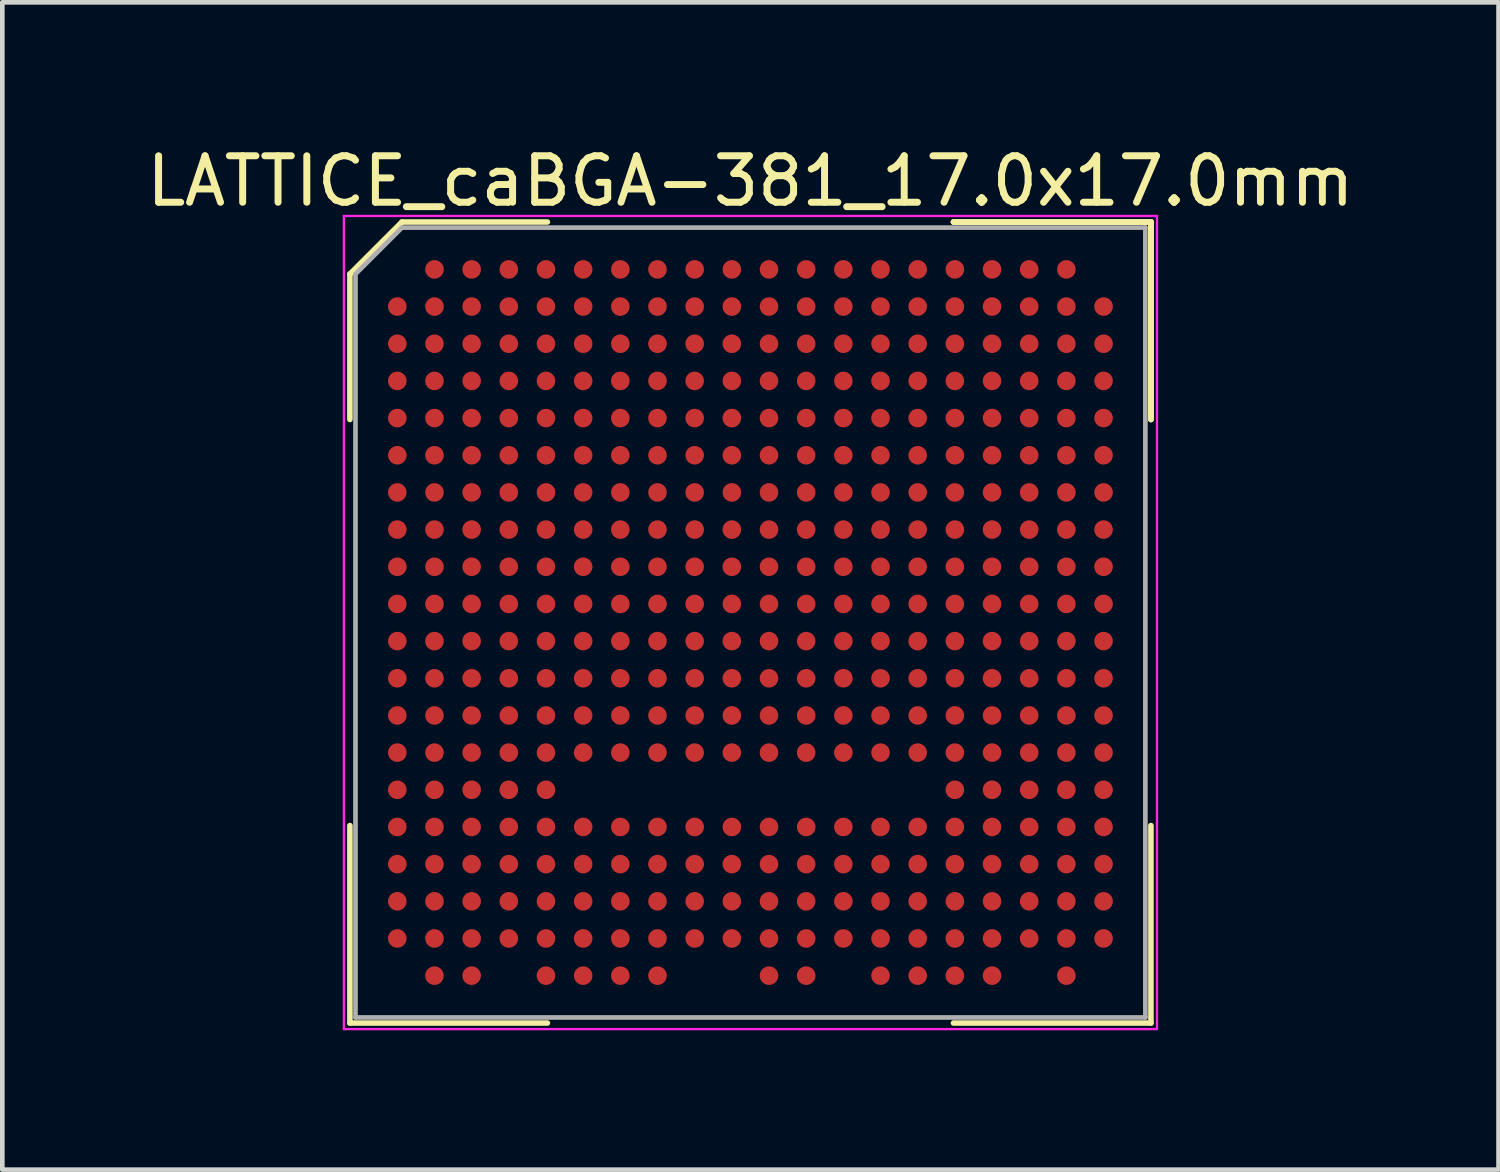
<source format=kicad_pcb>
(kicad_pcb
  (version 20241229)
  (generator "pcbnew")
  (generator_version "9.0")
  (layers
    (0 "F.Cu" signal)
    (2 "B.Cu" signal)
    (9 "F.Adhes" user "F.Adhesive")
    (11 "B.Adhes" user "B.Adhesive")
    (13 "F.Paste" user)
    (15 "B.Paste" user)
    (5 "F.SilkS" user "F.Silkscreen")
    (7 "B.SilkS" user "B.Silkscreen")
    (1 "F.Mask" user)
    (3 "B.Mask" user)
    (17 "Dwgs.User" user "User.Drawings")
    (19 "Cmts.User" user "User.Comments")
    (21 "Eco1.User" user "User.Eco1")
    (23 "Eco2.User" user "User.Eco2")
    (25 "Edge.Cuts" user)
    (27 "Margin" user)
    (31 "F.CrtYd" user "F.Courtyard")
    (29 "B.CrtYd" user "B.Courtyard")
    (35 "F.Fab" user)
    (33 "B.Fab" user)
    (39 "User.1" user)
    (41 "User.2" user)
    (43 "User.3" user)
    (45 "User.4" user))
  (footprint "LATTICE_caBGA-381_17.0x17.0mm"
    (layer "F.Cu")
    (at 13.101 10.348)
    (property "Reference" "LATTICE_caBGA-381_17.0x17.0mm" (at 0 -9.5 0) (layer "F.SilkS") (effects (font (size 1 1) (thickness 0.15))))
    (attr smd)
    (fp_line (start -8.62 -7.5) (end -8.62 -4.37) (stroke (width 0.12) (type solid)) (layer "F.SilkS"))
    (fp_line (start -8.62 8.62) (end -8.62 4.37) (stroke (width 0.12) (type solid)) (layer "F.SilkS"))
    (fp_line (start -7.5 -8.62) (end -8.62 -7.5) (stroke (width 0.12) (type solid)) (layer "F.SilkS"))
    (fp_line (start -4.37 -8.62) (end -7.5 -8.62) (stroke (width 0.12) (type solid)) (layer "F.SilkS"))
    (fp_line (start -4.37 8.62) (end -8.62 8.62) (stroke (width 0.12) (type solid)) (layer "F.SilkS"))
    (fp_line (start 4.37 -8.62) (end 8.62 -8.62) (stroke (width 0.12) (type solid)) (layer "F.SilkS"))
    (fp_line (start 4.37 -8.62) (end 8.62 -8.62) (stroke (width 0.12) (type solid)) (layer "F.SilkS"))
    (fp_line (start 4.37 -8.62) (end 8.62 -8.62) (stroke (width 0.12) (type solid)) (layer "F.SilkS"))
    (fp_line (start 4.37 8.62) (end 8.62 8.62) (stroke (width 0.12) (type solid)) (layer "F.SilkS"))
    (fp_line (start 8.62 -8.62) (end 8.62 -4.37) (stroke (width 0.12) (type solid)) (layer "F.SilkS"))
    (fp_line (start 8.62 -8.62) (end 8.62 -4.37) (stroke (width 0.12) (type solid)) (layer "F.SilkS"))
    (fp_line (start 8.62 -8.62) (end 8.62 -4.37) (stroke (width 0.12) (type solid)) (layer "F.SilkS"))
    (fp_line (start 8.62 8.62) (end 8.62 4.37) (stroke (width 0.12) (type solid)) (layer "F.SilkS"))
    (fp_line (start -8.75 -8.75) (end 8.75 -8.75) (stroke (width 0.05) (type solid)) (layer "F.CrtYd"))
    (fp_line (start -8.75 8.75) (end -8.75 -8.75) (stroke (width 0.05) (type solid)) (layer "F.CrtYd"))
    (fp_line (start 8.75 -8.75) (end 8.75 8.75) (stroke (width 0.05) (type solid)) (layer "F.CrtYd"))
    (fp_line (start 8.75 8.75) (end -8.75 8.75) (stroke (width 0.05) (type solid)) (layer "F.CrtYd"))
    (fp_line (start -8.5 -7.5) (end -8.5 8.5) (stroke (width 0.1) (type solid)) (layer "F.Fab"))
    (fp_line (start -8.5 8.5) (end 8.5 8.5) (stroke (width 0.1) (type solid)) (layer "F.Fab"))
    (fp_line (start -7.5 -8.5) (end -8.5 -7.5) (stroke (width 0.1) (type solid)) (layer "F.Fab"))
    (fp_line (start 8.5 -8.5) (end -7.5 -8.5) (stroke (width 0.1) (type solid)) (layer "F.Fab"))
    (fp_line (start 8.5 8.5) (end 8.5 -8.5) (stroke (width 0.1) (type solid)) (layer "F.Fab"))
    (pad "A2" smd circle (at -6.8 -7.6) (size 0.4 0.4) (layers "F.Cu" "F.Mask" "F.Paste"))
    (pad "A3" smd circle (at -6 -7.6) (size 0.4 0.4) (layers "F.Cu" "F.Mask" "F.Paste"))
    (pad "A4" smd circle (at -5.2 -7.6) (size 0.4 0.4) (layers "F.Cu" "F.Mask" "F.Paste"))
    (pad "A5" smd circle (at -4.4 -7.6) (size 0.4 0.4) (layers "F.Cu" "F.Mask" "F.Paste"))
    (pad "A6" smd circle (at -3.6 -7.6) (size 0.4 0.4) (layers "F.Cu" "F.Mask" "F.Paste"))
    (pad "A7" smd circle (at -2.8 -7.6) (size 0.4 0.4) (layers "F.Cu" "F.Mask" "F.Paste"))
    (pad "A8" smd circle (at -2 -7.6) (size 0.4 0.4) (layers "F.Cu" "F.Mask" "F.Paste"))
    (pad "A9" smd circle (at -1.2 -7.6) (size 0.4 0.4) (layers "F.Cu" "F.Mask" "F.Paste"))
    (pad "A10" smd circle (at -0.4 -7.6) (size 0.4 0.4) (layers "F.Cu" "F.Mask" "F.Paste"))
    (pad "A11" smd circle (at 0.4 -7.6) (size 0.4 0.4) (layers "F.Cu" "F.Mask" "F.Paste"))
    (pad "A12" smd circle (at 1.2 -7.6) (size 0.4 0.4) (layers "F.Cu" "F.Mask" "F.Paste"))
    (pad "A13" smd circle (at 2 -7.6) (size 0.4 0.4) (layers "F.Cu" "F.Mask" "F.Paste"))
    (pad "A14" smd circle (at 2.8 -7.6) (size 0.4 0.4) (layers "F.Cu" "F.Mask" "F.Paste"))
    (pad "A15" smd circle (at 3.6 -7.6) (size 0.4 0.4) (layers "F.Cu" "F.Mask" "F.Paste"))
    (pad "A16" smd circle (at 4.4 -7.6) (size 0.4 0.4) (layers "F.Cu" "F.Mask" "F.Paste"))
    (pad "A17" smd circle (at 5.2 -7.6) (size 0.4 0.4) (layers "F.Cu" "F.Mask" "F.Paste"))
    (pad "A18" smd circle (at 6 -7.6) (size 0.4 0.4) (layers "F.Cu" "F.Mask" "F.Paste"))
    (pad "A19" smd circle (at 6.8 -7.6) (size 0.4 0.4) (layers "F.Cu" "F.Mask" "F.Paste"))
    (pad "B1" smd circle (at -7.6 -6.8) (size 0.4 0.4) (layers "F.Cu" "F.Mask" "F.Paste"))
    (pad "B2" smd circle (at -6.8 -6.8) (size 0.4 0.4) (layers "F.Cu" "F.Mask" "F.Paste"))
    (pad "B3" smd circle (at -6 -6.8) (size 0.4 0.4) (layers "F.Cu" "F.Mask" "F.Paste"))
    (pad "B4" smd circle (at -5.2 -6.8) (size 0.4 0.4) (layers "F.Cu" "F.Mask" "F.Paste"))
    (pad "B5" smd circle (at -4.4 -6.8) (size 0.4 0.4) (layers "F.Cu" "F.Mask" "F.Paste"))
    (pad "B6" smd circle (at -3.6 -6.8) (size 0.4 0.4) (layers "F.Cu" "F.Mask" "F.Paste"))
    (pad "B7" smd circle (at -2.8 -6.8) (size 0.4 0.4) (layers "F.Cu" "F.Mask" "F.Paste"))
    (pad "B8" smd circle (at -2 -6.8) (size 0.4 0.4) (layers "F.Cu" "F.Mask" "F.Paste"))
    (pad "B9" smd circle (at -1.2 -6.8) (size 0.4 0.4) (layers "F.Cu" "F.Mask" "F.Paste"))
    (pad "B10" smd circle (at -0.4 -6.8) (size 0.4 0.4) (layers "F.Cu" "F.Mask" "F.Paste"))
    (pad "B11" smd circle (at 0.4 -6.8) (size 0.4 0.4) (layers "F.Cu" "F.Mask" "F.Paste"))
    (pad "B12" smd circle (at 1.2 -6.8) (size 0.4 0.4) (layers "F.Cu" "F.Mask" "F.Paste"))
    (pad "B13" smd circle (at 2 -6.8) (size 0.4 0.4) (layers "F.Cu" "F.Mask" "F.Paste"))
    (pad "B14" smd circle (at 2.8 -6.8) (size 0.4 0.4) (layers "F.Cu" "F.Mask" "F.Paste"))
    (pad "B15" smd circle (at 3.6 -6.8) (size 0.4 0.4) (layers "F.Cu" "F.Mask" "F.Paste"))
    (pad "B16" smd circle (at 4.4 -6.8) (size 0.4 0.4) (layers "F.Cu" "F.Mask" "F.Paste"))
    (pad "B17" smd circle (at 5.2 -6.8) (size 0.4 0.4) (layers "F.Cu" "F.Mask" "F.Paste"))
    (pad "B18" smd circle (at 6 -6.8) (size 0.4 0.4) (layers "F.Cu" "F.Mask" "F.Paste"))
    (pad "B19" smd circle (at 6.8 -6.8) (size 0.4 0.4) (layers "F.Cu" "F.Mask" "F.Paste"))
    (pad "B20" smd circle (at 7.6 -6.8) (size 0.4 0.4) (layers "F.Cu" "F.Mask" "F.Paste"))
    (pad "C1" smd circle (at -7.6 -6) (size 0.4 0.4) (layers "F.Cu" "F.Mask" "F.Paste"))
    (pad "C2" smd circle (at -6.8 -6) (size 0.4 0.4) (layers "F.Cu" "F.Mask" "F.Paste"))
    (pad "C3" smd circle (at -6 -6) (size 0.4 0.4) (layers "F.Cu" "F.Mask" "F.Paste"))
    (pad "C4" smd circle (at -5.2 -6) (size 0.4 0.4) (layers "F.Cu" "F.Mask" "F.Paste"))
    (pad "C5" smd circle (at -4.4 -6) (size 0.4 0.4) (layers "F.Cu" "F.Mask" "F.Paste"))
    (pad "C6" smd circle (at -3.6 -6) (size 0.4 0.4) (layers "F.Cu" "F.Mask" "F.Paste"))
    (pad "C7" smd circle (at -2.8 -6) (size 0.4 0.4) (layers "F.Cu" "F.Mask" "F.Paste"))
    (pad "C8" smd circle (at -2 -6) (size 0.4 0.4) (layers "F.Cu" "F.Mask" "F.Paste"))
    (pad "C9" smd circle (at -1.2 -6) (size 0.4 0.4) (layers "F.Cu" "F.Mask" "F.Paste"))
    (pad "C10" smd circle (at -0.4 -6) (size 0.4 0.4) (layers "F.Cu" "F.Mask" "F.Paste"))
    (pad "C11" smd circle (at 0.4 -6) (size 0.4 0.4) (layers "F.Cu" "F.Mask" "F.Paste"))
    (pad "C12" smd circle (at 1.2 -6) (size 0.4 0.4) (layers "F.Cu" "F.Mask" "F.Paste"))
    (pad "C13" smd circle (at 2 -6) (size 0.4 0.4) (layers "F.Cu" "F.Mask" "F.Paste"))
    (pad "C14" smd circle (at 2.8 -6) (size 0.4 0.4) (layers "F.Cu" "F.Mask" "F.Paste"))
    (pad "C15" smd circle (at 3.6 -6) (size 0.4 0.4) (layers "F.Cu" "F.Mask" "F.Paste"))
    (pad "C16" smd circle (at 4.4 -6) (size 0.4 0.4) (layers "F.Cu" "F.Mask" "F.Paste"))
    (pad "C17" smd circle (at 5.2 -6) (size 0.4 0.4) (layers "F.Cu" "F.Mask" "F.Paste"))
    (pad "C18" smd circle (at 6 -6) (size 0.4 0.4) (layers "F.Cu" "F.Mask" "F.Paste"))
    (pad "C19" smd circle (at 6.8 -6) (size 0.4 0.4) (layers "F.Cu" "F.Mask" "F.Paste"))
    (pad "C20" smd circle (at 7.6 -6) (size 0.4 0.4) (layers "F.Cu" "F.Mask" "F.Paste"))
    (pad "D1" smd circle (at -7.6 -5.2) (size 0.4 0.4) (layers "F.Cu" "F.Mask" "F.Paste"))
    (pad "D2" smd circle (at -6.8 -5.2) (size 0.4 0.4) (layers "F.Cu" "F.Mask" "F.Paste"))
    (pad "D3" smd circle (at -6 -5.2) (size 0.4 0.4) (layers "F.Cu" "F.Mask" "F.Paste"))
    (pad "D4" smd circle (at -5.2 -5.2) (size 0.4 0.4) (layers "F.Cu" "F.Mask" "F.Paste"))
    (pad "D5" smd circle (at -4.4 -5.2) (size 0.4 0.4) (layers "F.Cu" "F.Mask" "F.Paste"))
    (pad "D6" smd circle (at -3.6 -5.2) (size 0.4 0.4) (layers "F.Cu" "F.Mask" "F.Paste"))
    (pad "D7" smd circle (at -2.8 -5.2) (size 0.4 0.4) (layers "F.Cu" "F.Mask" "F.Paste"))
    (pad "D8" smd circle (at -2 -5.2) (size 0.4 0.4) (layers "F.Cu" "F.Mask" "F.Paste"))
    (pad "D9" smd circle (at -1.2 -5.2) (size 0.4 0.4) (layers "F.Cu" "F.Mask" "F.Paste"))
    (pad "D10" smd circle (at -0.4 -5.2) (size 0.4 0.4) (layers "F.Cu" "F.Mask" "F.Paste"))
    (pad "D11" smd circle (at 0.4 -5.2) (size 0.4 0.4) (layers "F.Cu" "F.Mask" "F.Paste"))
    (pad "D12" smd circle (at 1.2 -5.2) (size 0.4 0.4) (layers "F.Cu" "F.Mask" "F.Paste"))
    (pad "D13" smd circle (at 2 -5.2) (size 0.4 0.4) (layers "F.Cu" "F.Mask" "F.Paste"))
    (pad "D14" smd circle (at 2.8 -5.2) (size 0.4 0.4) (layers "F.Cu" "F.Mask" "F.Paste"))
    (pad "D15" smd circle (at 3.6 -5.2) (size 0.4 0.4) (layers "F.Cu" "F.Mask" "F.Paste"))
    (pad "D16" smd circle (at 4.4 -5.2) (size 0.4 0.4) (layers "F.Cu" "F.Mask" "F.Paste"))
    (pad "D17" smd circle (at 5.2 -5.2) (size 0.4 0.4) (layers "F.Cu" "F.Mask" "F.Paste"))
    (pad "D18" smd circle (at 6 -5.2) (size 0.4 0.4) (layers "F.Cu" "F.Mask" "F.Paste"))
    (pad "D19" smd circle (at 6.8 -5.2) (size 0.4 0.4) (layers "F.Cu" "F.Mask" "F.Paste"))
    (pad "D20" smd circle (at 7.6 -5.2) (size 0.4 0.4) (layers "F.Cu" "F.Mask" "F.Paste"))
    (pad "E1" smd circle (at -7.6 -4.4) (size 0.4 0.4) (layers "F.Cu" "F.Mask" "F.Paste"))
    (pad "E2" smd circle (at -6.8 -4.4) (size 0.4 0.4) (layers "F.Cu" "F.Mask" "F.Paste"))
    (pad "E3" smd circle (at -6 -4.4) (size 0.4 0.4) (layers "F.Cu" "F.Mask" "F.Paste"))
    (pad "E4" smd circle (at -5.2 -4.4) (size 0.4 0.4) (layers "F.Cu" "F.Mask" "F.Paste"))
    (pad "E5" smd circle (at -4.4 -4.4) (size 0.4 0.4) (layers "F.Cu" "F.Mask" "F.Paste"))
    (pad "E6" smd circle (at -3.6 -4.4) (size 0.4 0.4) (layers "F.Cu" "F.Mask" "F.Paste"))
    (pad "E7" smd circle (at -2.8 -4.4) (size 0.4 0.4) (layers "F.Cu" "F.Mask" "F.Paste"))
    (pad "E8" smd circle (at -2 -4.4) (size 0.4 0.4) (layers "F.Cu" "F.Mask" "F.Paste"))
    (pad "E9" smd circle (at -1.2 -4.4) (size 0.4 0.4) (layers "F.Cu" "F.Mask" "F.Paste"))
    (pad "E10" smd circle (at -0.4 -4.4) (size 0.4 0.4) (layers "F.Cu" "F.Mask" "F.Paste"))
    (pad "E11" smd circle (at 0.4 -4.4) (size 0.4 0.4) (layers "F.Cu" "F.Mask" "F.Paste"))
    (pad "E12" smd circle (at 1.2 -4.4) (size 0.4 0.4) (layers "F.Cu" "F.Mask" "F.Paste"))
    (pad "E13" smd circle (at 2 -4.4) (size 0.4 0.4) (layers "F.Cu" "F.Mask" "F.Paste"))
    (pad "E14" smd circle (at 2.8 -4.4) (size 0.4 0.4) (layers "F.Cu" "F.Mask" "F.Paste"))
    (pad "E15" smd circle (at 3.6 -4.4) (size 0.4 0.4) (layers "F.Cu" "F.Mask" "F.Paste"))
    (pad "E16" smd circle (at 4.4 -4.4) (size 0.4 0.4) (layers "F.Cu" "F.Mask" "F.Paste"))
    (pad "E17" smd circle (at 5.2 -4.4) (size 0.4 0.4) (layers "F.Cu" "F.Mask" "F.Paste"))
    (pad "E18" smd circle (at 6 -4.4) (size 0.4 0.4) (layers "F.Cu" "F.Mask" "F.Paste"))
    (pad "E19" smd circle (at 6.8 -4.4) (size 0.4 0.4) (layers "F.Cu" "F.Mask" "F.Paste"))
    (pad "E20" smd circle (at 7.6 -4.4) (size 0.4 0.4) (layers "F.Cu" "F.Mask" "F.Paste"))
    (pad "F1" smd circle (at -7.6 -3.6) (size 0.4 0.4) (layers "F.Cu" "F.Mask" "F.Paste"))
    (pad "F2" smd circle (at -6.8 -3.6) (size 0.4 0.4) (layers "F.Cu" "F.Mask" "F.Paste"))
    (pad "F3" smd circle (at -6 -3.6) (size 0.4 0.4) (layers "F.Cu" "F.Mask" "F.Paste"))
    (pad "F4" smd circle (at -5.2 -3.6) (size 0.4 0.4) (layers "F.Cu" "F.Mask" "F.Paste"))
    (pad "F5" smd circle (at -4.4 -3.6) (size 0.4 0.4) (layers "F.Cu" "F.Mask" "F.Paste"))
    (pad "F6" smd circle (at -3.6 -3.6) (size 0.4 0.4) (layers "F.Cu" "F.Mask" "F.Paste"))
    (pad "F7" smd circle (at -2.8 -3.6) (size 0.4 0.4) (layers "F.Cu" "F.Mask" "F.Paste"))
    (pad "F8" smd circle (at -2 -3.6) (size 0.4 0.4) (layers "F.Cu" "F.Mask" "F.Paste"))
    (pad "F9" smd circle (at -1.2 -3.6) (size 0.4 0.4) (layers "F.Cu" "F.Mask" "F.Paste"))
    (pad "F10" smd circle (at -0.4 -3.6) (size 0.4 0.4) (layers "F.Cu" "F.Mask" "F.Paste"))
    (pad "F11" smd circle (at 0.4 -3.6) (size 0.4 0.4) (layers "F.Cu" "F.Mask" "F.Paste"))
    (pad "F12" smd circle (at 1.2 -3.6) (size 0.4 0.4) (layers "F.Cu" "F.Mask" "F.Paste"))
    (pad "F13" smd circle (at 2 -3.6) (size 0.4 0.4) (layers "F.Cu" "F.Mask" "F.Paste"))
    (pad "F14" smd circle (at 2.8 -3.6) (size 0.4 0.4) (layers "F.Cu" "F.Mask" "F.Paste"))
    (pad "F15" smd circle (at 3.6 -3.6) (size 0.4 0.4) (layers "F.Cu" "F.Mask" "F.Paste"))
    (pad "F16" smd circle (at 4.4 -3.6) (size 0.4 0.4) (layers "F.Cu" "F.Mask" "F.Paste"))
    (pad "F17" smd circle (at 5.2 -3.6) (size 0.4 0.4) (layers "F.Cu" "F.Mask" "F.Paste"))
    (pad "F18" smd circle (at 6 -3.6) (size 0.4 0.4) (layers "F.Cu" "F.Mask" "F.Paste"))
    (pad "F19" smd circle (at 6.8 -3.6) (size 0.4 0.4) (layers "F.Cu" "F.Mask" "F.Paste"))
    (pad "F20" smd circle (at 7.6 -3.6) (size 0.4 0.4) (layers "F.Cu" "F.Mask" "F.Paste"))
    (pad "G1" smd circle (at -7.6 -2.8) (size 0.4 0.4) (layers "F.Cu" "F.Mask" "F.Paste"))
    (pad "G2" smd circle (at -6.8 -2.8) (size 0.4 0.4) (layers "F.Cu" "F.Mask" "F.Paste"))
    (pad "G3" smd circle (at -6 -2.8) (size 0.4 0.4) (layers "F.Cu" "F.Mask" "F.Paste"))
    (pad "G4" smd circle (at -5.2 -2.8) (size 0.4 0.4) (layers "F.Cu" "F.Mask" "F.Paste"))
    (pad "G5" smd circle (at -4.4 -2.8) (size 0.4 0.4) (layers "F.Cu" "F.Mask" "F.Paste"))
    (pad "G6" smd circle (at -3.6 -2.8) (size 0.4 0.4) (layers "F.Cu" "F.Mask" "F.Paste"))
    (pad "G7" smd circle (at -2.8 -2.8) (size 0.4 0.4) (layers "F.Cu" "F.Mask" "F.Paste"))
    (pad "G8" smd circle (at -2 -2.8) (size 0.4 0.4) (layers "F.Cu" "F.Mask" "F.Paste"))
    (pad "G9" smd circle (at -1.2 -2.8) (size 0.4 0.4) (layers "F.Cu" "F.Mask" "F.Paste"))
    (pad "G10" smd circle (at -0.4 -2.8) (size 0.4 0.4) (layers "F.Cu" "F.Mask" "F.Paste"))
    (pad "G11" smd circle (at 0.4 -2.8) (size 0.4 0.4) (layers "F.Cu" "F.Mask" "F.Paste"))
    (pad "G12" smd circle (at 1.2 -2.8) (size 0.4 0.4) (layers "F.Cu" "F.Mask" "F.Paste"))
    (pad "G13" smd circle (at 2 -2.8) (size 0.4 0.4) (layers "F.Cu" "F.Mask" "F.Paste"))
    (pad "G14" smd circle (at 2.8 -2.8) (size 0.4 0.4) (layers "F.Cu" "F.Mask" "F.Paste"))
    (pad "G15" smd circle (at 3.6 -2.8) (size 0.4 0.4) (layers "F.Cu" "F.Mask" "F.Paste"))
    (pad "G16" smd circle (at 4.4 -2.8) (size 0.4 0.4) (layers "F.Cu" "F.Mask" "F.Paste"))
    (pad "G17" smd circle (at 5.2 -2.8) (size 0.4 0.4) (layers "F.Cu" "F.Mask" "F.Paste"))
    (pad "G18" smd circle (at 6 -2.8) (size 0.4 0.4) (layers "F.Cu" "F.Mask" "F.Paste"))
    (pad "G19" smd circle (at 6.8 -2.8) (size 0.4 0.4) (layers "F.Cu" "F.Mask" "F.Paste"))
    (pad "G20" smd circle (at 7.6 -2.8) (size 0.4 0.4) (layers "F.Cu" "F.Mask" "F.Paste"))
    (pad "H1" smd circle (at -7.6 -2) (size 0.4 0.4) (layers "F.Cu" "F.Mask" "F.Paste"))
    (pad "H2" smd circle (at -6.8 -2) (size 0.4 0.4) (layers "F.Cu" "F.Mask" "F.Paste"))
    (pad "H3" smd circle (at -6 -2) (size 0.4 0.4) (layers "F.Cu" "F.Mask" "F.Paste"))
    (pad "H4" smd circle (at -5.2 -2) (size 0.4 0.4) (layers "F.Cu" "F.Mask" "F.Paste"))
    (pad "H5" smd circle (at -4.4 -2) (size 0.4 0.4) (layers "F.Cu" "F.Mask" "F.Paste"))
    (pad "H6" smd circle (at -3.6 -2) (size 0.4 0.4) (layers "F.Cu" "F.Mask" "F.Paste"))
    (pad "H7" smd circle (at -2.8 -2) (size 0.4 0.4) (layers "F.Cu" "F.Mask" "F.Paste"))
    (pad "H8" smd circle (at -2 -2) (size 0.4 0.4) (layers "F.Cu" "F.Mask" "F.Paste"))
    (pad "H9" smd circle (at -1.2 -2) (size 0.4 0.4) (layers "F.Cu" "F.Mask" "F.Paste"))
    (pad "H10" smd circle (at -0.4 -2) (size 0.4 0.4) (layers "F.Cu" "F.Mask" "F.Paste"))
    (pad "H11" smd circle (at 0.4 -2) (size 0.4 0.4) (layers "F.Cu" "F.Mask" "F.Paste"))
    (pad "H12" smd circle (at 1.2 -2) (size 0.4 0.4) (layers "F.Cu" "F.Mask" "F.Paste"))
    (pad "H13" smd circle (at 2 -2) (size 0.4 0.4) (layers "F.Cu" "F.Mask" "F.Paste"))
    (pad "H14" smd circle (at 2.8 -2) (size 0.4 0.4) (layers "F.Cu" "F.Mask" "F.Paste"))
    (pad "H15" smd circle (at 3.6 -2) (size 0.4 0.4) (layers "F.Cu" "F.Mask" "F.Paste"))
    (pad "H16" smd circle (at 4.4 -2) (size 0.4 0.4) (layers "F.Cu" "F.Mask" "F.Paste"))
    (pad "H17" smd circle (at 5.2 -2) (size 0.4 0.4) (layers "F.Cu" "F.Mask" "F.Paste"))
    (pad "H18" smd circle (at 6 -2) (size 0.4 0.4) (layers "F.Cu" "F.Mask" "F.Paste"))
    (pad "H19" smd circle (at 6.8 -2) (size 0.4 0.4) (layers "F.Cu" "F.Mask" "F.Paste"))
    (pad "H20" smd circle (at 7.6 -2) (size 0.4 0.4) (layers "F.Cu" "F.Mask" "F.Paste"))
    (pad "J1" smd circle (at -7.6 -1.2) (size 0.4 0.4) (layers "F.Cu" "F.Mask" "F.Paste"))
    (pad "J2" smd circle (at -6.8 -1.2) (size 0.4 0.4) (layers "F.Cu" "F.Mask" "F.Paste"))
    (pad "J3" smd circle (at -6 -1.2) (size 0.4 0.4) (layers "F.Cu" "F.Mask" "F.Paste"))
    (pad "J4" smd circle (at -5.2 -1.2) (size 0.4 0.4) (layers "F.Cu" "F.Mask" "F.Paste"))
    (pad "J5" smd circle (at -4.4 -1.2) (size 0.4 0.4) (layers "F.Cu" "F.Mask" "F.Paste"))
    (pad "J6" smd circle (at -3.6 -1.2) (size 0.4 0.4) (layers "F.Cu" "F.Mask" "F.Paste"))
    (pad "J7" smd circle (at -2.8 -1.2) (size 0.4 0.4) (layers "F.Cu" "F.Mask" "F.Paste"))
    (pad "J8" smd circle (at -2 -1.2) (size 0.4 0.4) (layers "F.Cu" "F.Mask" "F.Paste"))
    (pad "J9" smd circle (at -1.2 -1.2) (size 0.4 0.4) (layers "F.Cu" "F.Mask" "F.Paste"))
    (pad "J10" smd circle (at -0.4 -1.2) (size 0.4 0.4) (layers "F.Cu" "F.Mask" "F.Paste"))
    (pad "J11" smd circle (at 0.4 -1.2) (size 0.4 0.4) (layers "F.Cu" "F.Mask" "F.Paste"))
    (pad "J12" smd circle (at 1.2 -1.2) (size 0.4 0.4) (layers "F.Cu" "F.Mask" "F.Paste"))
    (pad "J13" smd circle (at 2 -1.2) (size 0.4 0.4) (layers "F.Cu" "F.Mask" "F.Paste"))
    (pad "J14" smd circle (at 2.8 -1.2) (size 0.4 0.4) (layers "F.Cu" "F.Mask" "F.Paste"))
    (pad "J15" smd circle (at 3.6 -1.2) (size 0.4 0.4) (layers "F.Cu" "F.Mask" "F.Paste"))
    (pad "J16" smd circle (at 4.4 -1.2) (size 0.4 0.4) (layers "F.Cu" "F.Mask" "F.Paste"))
    (pad "J17" smd circle (at 5.2 -1.2) (size 0.4 0.4) (layers "F.Cu" "F.Mask" "F.Paste"))
    (pad "J18" smd circle (at 6 -1.2) (size 0.4 0.4) (layers "F.Cu" "F.Mask" "F.Paste"))
    (pad "J19" smd circle (at 6.8 -1.2) (size 0.4 0.4) (layers "F.Cu" "F.Mask" "F.Paste"))
    (pad "J20" smd circle (at 7.6 -1.2) (size 0.4 0.4) (layers "F.Cu" "F.Mask" "F.Paste"))
    (pad "K1" smd circle (at -7.6 -0.4) (size 0.4 0.4) (layers "F.Cu" "F.Mask" "F.Paste"))
    (pad "K2" smd circle (at -6.8 -0.4) (size 0.4 0.4) (layers "F.Cu" "F.Mask" "F.Paste"))
    (pad "K3" smd circle (at -6 -0.4) (size 0.4 0.4) (layers "F.Cu" "F.Mask" "F.Paste"))
    (pad "K4" smd circle (at -5.2 -0.4) (size 0.4 0.4) (layers "F.Cu" "F.Mask" "F.Paste"))
    (pad "K5" smd circle (at -4.4 -0.4) (size 0.4 0.4) (layers "F.Cu" "F.Mask" "F.Paste"))
    (pad "K6" smd circle (at -3.6 -0.4) (size 0.4 0.4) (layers "F.Cu" "F.Mask" "F.Paste"))
    (pad "K7" smd circle (at -2.8 -0.4) (size 0.4 0.4) (layers "F.Cu" "F.Mask" "F.Paste"))
    (pad "K8" smd circle (at -2 -0.4) (size 0.4 0.4) (layers "F.Cu" "F.Mask" "F.Paste"))
    (pad "K9" smd circle (at -1.2 -0.4) (size 0.4 0.4) (layers "F.Cu" "F.Mask" "F.Paste"))
    (pad "K10" smd circle (at -0.4 -0.4) (size 0.4 0.4) (layers "F.Cu" "F.Mask" "F.Paste"))
    (pad "K11" smd circle (at 0.4 -0.4) (size 0.4 0.4) (layers "F.Cu" "F.Mask" "F.Paste"))
    (pad "K12" smd circle (at 1.2 -0.4) (size 0.4 0.4) (layers "F.Cu" "F.Mask" "F.Paste"))
    (pad "K13" smd circle (at 2 -0.4) (size 0.4 0.4) (layers "F.Cu" "F.Mask" "F.Paste"))
    (pad "K14" smd circle (at 2.8 -0.4) (size 0.4 0.4) (layers "F.Cu" "F.Mask" "F.Paste"))
    (pad "K15" smd circle (at 3.6 -0.4) (size 0.4 0.4) (layers "F.Cu" "F.Mask" "F.Paste"))
    (pad "K16" smd circle (at 4.4 -0.4) (size 0.4 0.4) (layers "F.Cu" "F.Mask" "F.Paste"))
    (pad "K17" smd circle (at 5.2 -0.4) (size 0.4 0.4) (layers "F.Cu" "F.Mask" "F.Paste"))
    (pad "K18" smd circle (at 6 -0.4) (size 0.4 0.4) (layers "F.Cu" "F.Mask" "F.Paste"))
    (pad "K19" smd circle (at 6.8 -0.4) (size 0.4 0.4) (layers "F.Cu" "F.Mask" "F.Paste"))
    (pad "K20" smd circle (at 7.6 -0.4) (size 0.4 0.4) (layers "F.Cu" "F.Mask" "F.Paste"))
    (pad "L1" smd circle (at -7.6 0.4) (size 0.4 0.4) (layers "F.Cu" "F.Mask" "F.Paste"))
    (pad "L2" smd circle (at -6.8 0.4) (size 0.4 0.4) (layers "F.Cu" "F.Mask" "F.Paste"))
    (pad "L3" smd circle (at -6 0.4) (size 0.4 0.4) (layers "F.Cu" "F.Mask" "F.Paste"))
    (pad "L4" smd circle (at -5.2 0.4) (size 0.4 0.4) (layers "F.Cu" "F.Mask" "F.Paste"))
    (pad "L5" smd circle (at -4.4 0.4) (size 0.4 0.4) (layers "F.Cu" "F.Mask" "F.Paste"))
    (pad "L6" smd circle (at -3.6 0.4) (size 0.4 0.4) (layers "F.Cu" "F.Mask" "F.Paste"))
    (pad "L7" smd circle (at -2.8 0.4) (size 0.4 0.4) (layers "F.Cu" "F.Mask" "F.Paste"))
    (pad "L8" smd circle (at -2 0.4) (size 0.4 0.4) (layers "F.Cu" "F.Mask" "F.Paste"))
    (pad "L9" smd circle (at -1.2 0.4) (size 0.4 0.4) (layers "F.Cu" "F.Mask" "F.Paste"))
    (pad "L10" smd circle (at -0.4 0.4) (size 0.4 0.4) (layers "F.Cu" "F.Mask" "F.Paste"))
    (pad "L11" smd circle (at 0.4 0.4) (size 0.4 0.4) (layers "F.Cu" "F.Mask" "F.Paste"))
    (pad "L12" smd circle (at 1.2 0.4) (size 0.4 0.4) (layers "F.Cu" "F.Mask" "F.Paste"))
    (pad "L13" smd circle (at 2 0.4) (size 0.4 0.4) (layers "F.Cu" "F.Mask" "F.Paste"))
    (pad "L14" smd circle (at 2.8 0.4) (size 0.4 0.4) (layers "F.Cu" "F.Mask" "F.Paste"))
    (pad "L15" smd circle (at 3.6 0.4) (size 0.4 0.4) (layers "F.Cu" "F.Mask" "F.Paste"))
    (pad "L16" smd circle (at 4.4 0.4) (size 0.4 0.4) (layers "F.Cu" "F.Mask" "F.Paste"))
    (pad "L17" smd circle (at 5.2 0.4) (size 0.4 0.4) (layers "F.Cu" "F.Mask" "F.Paste"))
    (pad "L18" smd circle (at 6 0.4) (size 0.4 0.4) (layers "F.Cu" "F.Mask" "F.Paste"))
    (pad "L19" smd circle (at 6.8 0.4) (size 0.4 0.4) (layers "F.Cu" "F.Mask" "F.Paste"))
    (pad "L20" smd circle (at 7.6 0.4) (size 0.4 0.4) (layers "F.Cu" "F.Mask" "F.Paste"))
    (pad "M1" smd circle (at -7.6 1.2) (size 0.4 0.4) (layers "F.Cu" "F.Mask" "F.Paste"))
    (pad "M2" smd circle (at -6.8 1.2) (size 0.4 0.4) (layers "F.Cu" "F.Mask" "F.Paste"))
    (pad "M3" smd circle (at -6 1.2) (size 0.4 0.4) (layers "F.Cu" "F.Mask" "F.Paste"))
    (pad "M4" smd circle (at -5.2 1.2) (size 0.4 0.4) (layers "F.Cu" "F.Mask" "F.Paste"))
    (pad "M5" smd circle (at -4.4 1.2) (size 0.4 0.4) (layers "F.Cu" "F.Mask" "F.Paste"))
    (pad "M6" smd circle (at -3.6 1.2) (size 0.4 0.4) (layers "F.Cu" "F.Mask" "F.Paste"))
    (pad "M7" smd circle (at -2.8 1.2) (size 0.4 0.4) (layers "F.Cu" "F.Mask" "F.Paste"))
    (pad "M8" smd circle (at -2 1.2) (size 0.4 0.4) (layers "F.Cu" "F.Mask" "F.Paste"))
    (pad "M9" smd circle (at -1.2 1.2) (size 0.4 0.4) (layers "F.Cu" "F.Mask" "F.Paste"))
    (pad "M10" smd circle (at -0.4 1.2) (size 0.4 0.4) (layers "F.Cu" "F.Mask" "F.Paste"))
    (pad "M11" smd circle (at 0.4 1.2) (size 0.4 0.4) (layers "F.Cu" "F.Mask" "F.Paste"))
    (pad "M12" smd circle (at 1.2 1.2) (size 0.4 0.4) (layers "F.Cu" "F.Mask" "F.Paste"))
    (pad "M13" smd circle (at 2 1.2) (size 0.4 0.4) (layers "F.Cu" "F.Mask" "F.Paste"))
    (pad "M14" smd circle (at 2.8 1.2) (size 0.4 0.4) (layers "F.Cu" "F.Mask" "F.Paste"))
    (pad "M15" smd circle (at 3.6 1.2) (size 0.4 0.4) (layers "F.Cu" "F.Mask" "F.Paste"))
    (pad "M16" smd circle (at 4.4 1.2) (size 0.4 0.4) (layers "F.Cu" "F.Mask" "F.Paste"))
    (pad "M17" smd circle (at 5.2 1.2) (size 0.4 0.4) (layers "F.Cu" "F.Mask" "F.Paste"))
    (pad "M18" smd circle (at 6 1.2) (size 0.4 0.4) (layers "F.Cu" "F.Mask" "F.Paste"))
    (pad "M19" smd circle (at 6.8 1.2) (size 0.4 0.4) (layers "F.Cu" "F.Mask" "F.Paste"))
    (pad "M20" smd circle (at 7.6 1.2) (size 0.4 0.4) (layers "F.Cu" "F.Mask" "F.Paste"))
    (pad "N1" smd circle (at -7.6 2) (size 0.4 0.4) (layers "F.Cu" "F.Mask" "F.Paste"))
    (pad "N2" smd circle (at -6.8 2) (size 0.4 0.4) (layers "F.Cu" "F.Mask" "F.Paste"))
    (pad "N3" smd circle (at -6 2) (size 0.4 0.4) (layers "F.Cu" "F.Mask" "F.Paste"))
    (pad "N4" smd circle (at -5.2 2) (size 0.4 0.4) (layers "F.Cu" "F.Mask" "F.Paste"))
    (pad "N5" smd circle (at -4.4 2) (size 0.4 0.4) (layers "F.Cu" "F.Mask" "F.Paste"))
    (pad "N6" smd circle (at -3.6 2) (size 0.4 0.4) (layers "F.Cu" "F.Mask" "F.Paste"))
    (pad "N7" smd circle (at -2.8 2) (size 0.4 0.4) (layers "F.Cu" "F.Mask" "F.Paste"))
    (pad "N8" smd circle (at -2 2) (size 0.4 0.4) (layers "F.Cu" "F.Mask" "F.Paste"))
    (pad "N9" smd circle (at -1.2 2) (size 0.4 0.4) (layers "F.Cu" "F.Mask" "F.Paste"))
    (pad "N10" smd circle (at -0.4 2) (size 0.4 0.4) (layers "F.Cu" "F.Mask" "F.Paste"))
    (pad "N11" smd circle (at 0.4 2) (size 0.4 0.4) (layers "F.Cu" "F.Mask" "F.Paste"))
    (pad "N12" smd circle (at 1.2 2) (size 0.4 0.4) (layers "F.Cu" "F.Mask" "F.Paste"))
    (pad "N13" smd circle (at 2 2) (size 0.4 0.4) (layers "F.Cu" "F.Mask" "F.Paste"))
    (pad "N14" smd circle (at 2.8 2) (size 0.4 0.4) (layers "F.Cu" "F.Mask" "F.Paste"))
    (pad "N15" smd circle (at 3.6 2) (size 0.4 0.4) (layers "F.Cu" "F.Mask" "F.Paste"))
    (pad "N16" smd circle (at 4.4 2) (size 0.4 0.4) (layers "F.Cu" "F.Mask" "F.Paste"))
    (pad "N17" smd circle (at 5.2 2) (size 0.4 0.4) (layers "F.Cu" "F.Mask" "F.Paste"))
    (pad "N18" smd circle (at 6 2) (size 0.4 0.4) (layers "F.Cu" "F.Mask" "F.Paste"))
    (pad "N19" smd circle (at 6.8 2) (size 0.4 0.4) (layers "F.Cu" "F.Mask" "F.Paste"))
    (pad "N20" smd circle (at 7.6 2) (size 0.4 0.4) (layers "F.Cu" "F.Mask" "F.Paste"))
    (pad "P1" smd circle (at -7.6 2.8) (size 0.4 0.4) (layers "F.Cu" "F.Mask" "F.Paste"))
    (pad "P2" smd circle (at -6.8 2.8) (size 0.4 0.4) (layers "F.Cu" "F.Mask" "F.Paste"))
    (pad "P3" smd circle (at -6 2.8) (size 0.4 0.4) (layers "F.Cu" "F.Mask" "F.Paste"))
    (pad "P4" smd circle (at -5.2 2.8) (size 0.4 0.4) (layers "F.Cu" "F.Mask" "F.Paste"))
    (pad "P5" smd circle (at -4.4 2.8) (size 0.4 0.4) (layers "F.Cu" "F.Mask" "F.Paste"))
    (pad "P6" smd circle (at -3.6 2.8) (size 0.4 0.4) (layers "F.Cu" "F.Mask" "F.Paste"))
    (pad "P7" smd circle (at -2.8 2.8) (size 0.4 0.4) (layers "F.Cu" "F.Mask" "F.Paste"))
    (pad "P8" smd circle (at -2 2.8) (size 0.4 0.4) (layers "F.Cu" "F.Mask" "F.Paste"))
    (pad "P9" smd circle (at -1.2 2.8) (size 0.4 0.4) (layers "F.Cu" "F.Mask" "F.Paste"))
    (pad "P10" smd circle (at -0.4 2.8) (size 0.4 0.4) (layers "F.Cu" "F.Mask" "F.Paste"))
    (pad "P11" smd circle (at 0.4 2.8) (size 0.4 0.4) (layers "F.Cu" "F.Mask" "F.Paste"))
    (pad "P12" smd circle (at 1.2 2.8) (size 0.4 0.4) (layers "F.Cu" "F.Mask" "F.Paste"))
    (pad "P13" smd circle (at 2 2.8) (size 0.4 0.4) (layers "F.Cu" "F.Mask" "F.Paste"))
    (pad "P14" smd circle (at 2.8 2.8) (size 0.4 0.4) (layers "F.Cu" "F.Mask" "F.Paste"))
    (pad "P15" smd circle (at 3.6 2.8) (size 0.4 0.4) (layers "F.Cu" "F.Mask" "F.Paste"))
    (pad "P16" smd circle (at 4.4 2.8) (size 0.4 0.4) (layers "F.Cu" "F.Mask" "F.Paste"))
    (pad "P17" smd circle (at 5.2 2.8) (size 0.4 0.4) (layers "F.Cu" "F.Mask" "F.Paste"))
    (pad "P18" smd circle (at 6 2.8) (size 0.4 0.4) (layers "F.Cu" "F.Mask" "F.Paste"))
    (pad "P19" smd circle (at 6.8 2.8) (size 0.4 0.4) (layers "F.Cu" "F.Mask" "F.Paste"))
    (pad "P20" smd circle (at 7.6 2.8) (size 0.4 0.4) (layers "F.Cu" "F.Mask" "F.Paste"))
    (pad "R1" smd circle (at -7.6 3.6) (size 0.4 0.4) (layers "F.Cu" "F.Mask" "F.Paste"))
    (pad "R2" smd circle (at -6.8 3.6) (size 0.4 0.4) (layers "F.Cu" "F.Mask" "F.Paste"))
    (pad "R3" smd circle (at -6 3.6) (size 0.4 0.4) (layers "F.Cu" "F.Mask" "F.Paste"))
    (pad "R4" smd circle (at -5.2 3.6) (size 0.4 0.4) (layers "F.Cu" "F.Mask" "F.Paste"))
    (pad "R5" smd circle (at -4.4 3.6) (size 0.4 0.4) (layers "F.Cu" "F.Mask" "F.Paste"))
    (pad "R16" smd circle (at 4.4 3.6) (size 0.4 0.4) (layers "F.Cu" "F.Mask" "F.Paste"))
    (pad "R17" smd circle (at 5.2 3.6) (size 0.4 0.4) (layers "F.Cu" "F.Mask" "F.Paste"))
    (pad "R18" smd circle (at 6 3.6) (size 0.4 0.4) (layers "F.Cu" "F.Mask" "F.Paste"))
    (pad "R19" smd circle (at 6.8 3.6) (size 0.4 0.4) (layers "F.Cu" "F.Mask" "F.Paste"))
    (pad "R20" smd circle (at 7.6 3.6) (size 0.4 0.4) (layers "F.Cu" "F.Mask" "F.Paste"))
    (pad "T1" smd circle (at -7.6 4.4) (size 0.4 0.4) (layers "F.Cu" "F.Mask" "F.Paste"))
    (pad "T2" smd circle (at -6.8 4.4) (size 0.4 0.4) (layers "F.Cu" "F.Mask" "F.Paste"))
    (pad "T3" smd circle (at -6 4.4) (size 0.4 0.4) (layers "F.Cu" "F.Mask" "F.Paste"))
    (pad "T4" smd circle (at -5.2 4.4) (size 0.4 0.4) (layers "F.Cu" "F.Mask" "F.Paste"))
    (pad "T5" smd circle (at -4.4 4.4) (size 0.4 0.4) (layers "F.Cu" "F.Mask" "F.Paste"))
    (pad "T6" smd circle (at -3.6 4.4) (size 0.4 0.4) (layers "F.Cu" "F.Mask" "F.Paste"))
    (pad "T7" smd circle (at -2.8 4.4) (size 0.4 0.4) (layers "F.Cu" "F.Mask" "F.Paste"))
    (pad "T8" smd circle (at -2 4.4) (size 0.4 0.4) (layers "F.Cu" "F.Mask" "F.Paste"))
    (pad "T9" smd circle (at -1.2 4.4) (size 0.4 0.4) (layers "F.Cu" "F.Mask" "F.Paste"))
    (pad "T10" smd circle (at -0.4 4.4) (size 0.4 0.4) (layers "F.Cu" "F.Mask" "F.Paste"))
    (pad "T11" smd circle (at 0.4 4.4) (size 0.4 0.4) (layers "F.Cu" "F.Mask" "F.Paste"))
    (pad "T12" smd circle (at 1.2 4.4) (size 0.4 0.4) (layers "F.Cu" "F.Mask" "F.Paste"))
    (pad "T13" smd circle (at 2 4.4) (size 0.4 0.4) (layers "F.Cu" "F.Mask" "F.Paste"))
    (pad "T14" smd circle (at 2.8 4.4) (size 0.4 0.4) (layers "F.Cu" "F.Mask" "F.Paste"))
    (pad "T15" smd circle (at 3.6 4.4) (size 0.4 0.4) (layers "F.Cu" "F.Mask" "F.Paste"))
    (pad "T16" smd circle (at 4.4 4.4) (size 0.4 0.4) (layers "F.Cu" "F.Mask" "F.Paste"))
    (pad "T17" smd circle (at 5.2 4.4) (size 0.4 0.4) (layers "F.Cu" "F.Mask" "F.Paste"))
    (pad "T18" smd circle (at 6 4.4) (size 0.4 0.4) (layers "F.Cu" "F.Mask" "F.Paste"))
    (pad "T19" smd circle (at 6.8 4.4) (size 0.4 0.4) (layers "F.Cu" "F.Mask" "F.Paste"))
    (pad "T20" smd circle (at 7.6 4.4) (size 0.4 0.4) (layers "F.Cu" "F.Mask" "F.Paste"))
    (pad "U1" smd circle (at -7.6 5.2) (size 0.4 0.4) (layers "F.Cu" "F.Mask" "F.Paste"))
    (pad "U2" smd circle (at -6.8 5.2) (size 0.4 0.4) (layers "F.Cu" "F.Mask" "F.Paste"))
    (pad "U3" smd circle (at -6 5.2) (size 0.4 0.4) (layers "F.Cu" "F.Mask" "F.Paste"))
    (pad "U4" smd circle (at -5.2 5.2) (size 0.4 0.4) (layers "F.Cu" "F.Mask" "F.Paste"))
    (pad "U5" smd circle (at -4.4 5.2) (size 0.4 0.4) (layers "F.Cu" "F.Mask" "F.Paste"))
    (pad "U6" smd circle (at -3.6 5.2) (size 0.4 0.4) (layers "F.Cu" "F.Mask" "F.Paste"))
    (pad "U7" smd circle (at -2.8 5.2) (size 0.4 0.4) (layers "F.Cu" "F.Mask" "F.Paste"))
    (pad "U8" smd circle (at -2 5.2) (size 0.4 0.4) (layers "F.Cu" "F.Mask" "F.Paste"))
    (pad "U9" smd circle (at -1.2 5.2) (size 0.4 0.4) (layers "F.Cu" "F.Mask" "F.Paste"))
    (pad "U10" smd circle (at -0.4 5.2) (size 0.4 0.4) (layers "F.Cu" "F.Mask" "F.Paste"))
    (pad "U11" smd circle (at 0.4 5.2) (size 0.4 0.4) (layers "F.Cu" "F.Mask" "F.Paste"))
    (pad "U12" smd circle (at 1.2 5.2) (size 0.4 0.4) (layers "F.Cu" "F.Mask" "F.Paste"))
    (pad "U13" smd circle (at 2 5.2) (size 0.4 0.4) (layers "F.Cu" "F.Mask" "F.Paste"))
    (pad "U14" smd circle (at 2.8 5.2) (size 0.4 0.4) (layers "F.Cu" "F.Mask" "F.Paste"))
    (pad "U15" smd circle (at 3.6 5.2) (size 0.4 0.4) (layers "F.Cu" "F.Mask" "F.Paste"))
    (pad "U16" smd circle (at 4.4 5.2) (size 0.4 0.4) (layers "F.Cu" "F.Mask" "F.Paste"))
    (pad "U17" smd circle (at 5.2 5.2) (size 0.4 0.4) (layers "F.Cu" "F.Mask" "F.Paste"))
    (pad "U18" smd circle (at 6 5.2) (size 0.4 0.4) (layers "F.Cu" "F.Mask" "F.Paste"))
    (pad "U19" smd circle (at 6.8 5.2) (size 0.4 0.4) (layers "F.Cu" "F.Mask" "F.Paste"))
    (pad "U20" smd circle (at 7.6 5.2) (size 0.4 0.4) (layers "F.Cu" "F.Mask" "F.Paste"))
    (pad "V1" smd circle (at -7.6 6) (size 0.4 0.4) (layers "F.Cu" "F.Mask" "F.Paste"))
    (pad "V2" smd circle (at -6.8 6) (size 0.4 0.4) (layers "F.Cu" "F.Mask" "F.Paste"))
    (pad "V3" smd circle (at -6 6) (size 0.4 0.4) (layers "F.Cu" "F.Mask" "F.Paste"))
    (pad "V4" smd circle (at -5.2 6) (size 0.4 0.4) (layers "F.Cu" "F.Mask" "F.Paste"))
    (pad "V5" smd circle (at -4.4 6) (size 0.4 0.4) (layers "F.Cu" "F.Mask" "F.Paste"))
    (pad "V6" smd circle (at -3.6 6) (size 0.4 0.4) (layers "F.Cu" "F.Mask" "F.Paste"))
    (pad "V7" smd circle (at -2.8 6) (size 0.4 0.4) (layers "F.Cu" "F.Mask" "F.Paste"))
    (pad "V8" smd circle (at -2 6) (size 0.4 0.4) (layers "F.Cu" "F.Mask" "F.Paste"))
    (pad "V9" smd circle (at -1.2 6) (size 0.4 0.4) (layers "F.Cu" "F.Mask" "F.Paste"))
    (pad "V10" smd circle (at -0.4 6) (size 0.4 0.4) (layers "F.Cu" "F.Mask" "F.Paste"))
    (pad "V11" smd circle (at 0.4 6) (size 0.4 0.4) (layers "F.Cu" "F.Mask" "F.Paste"))
    (pad "V12" smd circle (at 1.2 6) (size 0.4 0.4) (layers "F.Cu" "F.Mask" "F.Paste"))
    (pad "V13" smd circle (at 2 6) (size 0.4 0.4) (layers "F.Cu" "F.Mask" "F.Paste"))
    (pad "V14" smd circle (at 2.8 6) (size 0.4 0.4) (layers "F.Cu" "F.Mask" "F.Paste"))
    (pad "V15" smd circle (at 3.6 6) (size 0.4 0.4) (layers "F.Cu" "F.Mask" "F.Paste"))
    (pad "V16" smd circle (at 4.4 6) (size 0.4 0.4) (layers "F.Cu" "F.Mask" "F.Paste"))
    (pad "V17" smd circle (at 5.2 6) (size 0.4 0.4) (layers "F.Cu" "F.Mask" "F.Paste"))
    (pad "V18" smd circle (at 6 6) (size 0.4 0.4) (layers "F.Cu" "F.Mask" "F.Paste"))
    (pad "V19" smd circle (at 6.8 6) (size 0.4 0.4) (layers "F.Cu" "F.Mask" "F.Paste"))
    (pad "V20" smd circle (at 7.6 6) (size 0.4 0.4) (layers "F.Cu" "F.Mask" "F.Paste"))
    (pad "W1" smd circle (at -7.6 6.8) (size 0.4 0.4) (layers "F.Cu" "F.Mask" "F.Paste"))
    (pad "W2" smd circle (at -6.8 6.8) (size 0.4 0.4) (layers "F.Cu" "F.Mask" "F.Paste"))
    (pad "W3" smd circle (at -6 6.8) (size 0.4 0.4) (layers "F.Cu" "F.Mask" "F.Paste"))
    (pad "W4" smd circle (at -5.2 6.8) (size 0.4 0.4) (layers "F.Cu" "F.Mask" "F.Paste"))
    (pad "W5" smd circle (at -4.4 6.8) (size 0.4 0.4) (layers "F.Cu" "F.Mask" "F.Paste"))
    (pad "W6" smd circle (at -3.6 6.8) (size 0.4 0.4) (layers "F.Cu" "F.Mask" "F.Paste"))
    (pad "W7" smd circle (at -2.8 6.8) (size 0.4 0.4) (layers "F.Cu" "F.Mask" "F.Paste"))
    (pad "W8" smd circle (at -2 6.8) (size 0.4 0.4) (layers "F.Cu" "F.Mask" "F.Paste"))
    (pad "W9" smd circle (at -1.2 6.8) (size 0.4 0.4) (layers "F.Cu" "F.Mask" "F.Paste"))
    (pad "W10" smd circle (at -0.4 6.8) (size 0.4 0.4) (layers "F.Cu" "F.Mask" "F.Paste"))
    (pad "W11" smd circle (at 0.4 6.8) (size 0.4 0.4) (layers "F.Cu" "F.Mask" "F.Paste"))
    (pad "W12" smd circle (at 1.2 6.8) (size 0.4 0.4) (layers "F.Cu" "F.Mask" "F.Paste"))
    (pad "W13" smd circle (at 2 6.8) (size 0.4 0.4) (layers "F.Cu" "F.Mask" "F.Paste"))
    (pad "W14" smd circle (at 2.8 6.8) (size 0.4 0.4) (layers "F.Cu" "F.Mask" "F.Paste"))
    (pad "W15" smd circle (at 3.6 6.8) (size 0.4 0.4) (layers "F.Cu" "F.Mask" "F.Paste"))
    (pad "W16" smd circle (at 4.4 6.8) (size 0.4 0.4) (layers "F.Cu" "F.Mask" "F.Paste"))
    (pad "W17" smd circle (at 5.2 6.8) (size 0.4 0.4) (layers "F.Cu" "F.Mask" "F.Paste"))
    (pad "W18" smd circle (at 6 6.8) (size 0.4 0.4) (layers "F.Cu" "F.Mask" "F.Paste"))
    (pad "W19" smd circle (at 6.8 6.8) (size 0.4 0.4) (layers "F.Cu" "F.Mask" "F.Paste"))
    (pad "W20" smd circle (at 7.6 6.8) (size 0.4 0.4) (layers "F.Cu" "F.Mask" "F.Paste"))
    (pad "Y2" smd circle (at -6.8 7.6) (size 0.4 0.4) (layers "F.Cu" "F.Mask" "F.Paste"))
    (pad "Y3" smd circle (at -6 7.6) (size 0.4 0.4) (layers "F.Cu" "F.Mask" "F.Paste"))
    (pad "Y5" smd circle (at -4.4 7.6) (size 0.4 0.4) (layers "F.Cu" "F.Mask" "F.Paste"))
    (pad "Y6" smd circle (at -3.6 7.6) (size 0.4 0.4) (layers "F.Cu" "F.Mask" "F.Paste"))
    (pad "Y7" smd circle (at -2.8 7.6) (size 0.4 0.4) (layers "F.Cu" "F.Mask" "F.Paste"))
    (pad "Y8" smd circle (at -2 7.6) (size 0.4 0.4) (layers "F.Cu" "F.Mask" "F.Paste"))
    (pad "Y11" smd circle (at 0.4 7.6) (size 0.4 0.4) (layers "F.Cu" "F.Mask" "F.Paste"))
    (pad "Y12" smd circle (at 1.2 7.6) (size 0.4 0.4) (layers "F.Cu" "F.Mask" "F.Paste"))
    (pad "Y14" smd circle (at 2.8 7.6) (size 0.4 0.4) (layers "F.Cu" "F.Mask" "F.Paste"))
    (pad "Y15" smd circle (at 3.6 7.6) (size 0.4 0.4) (layers "F.Cu" "F.Mask" "F.Paste"))
    (pad "Y16" smd circle (at 4.4 7.6) (size 0.4 0.4) (layers "F.Cu" "F.Mask" "F.Paste"))
    (pad "Y17" smd circle (at 5.2 7.6) (size 0.4 0.4) (layers "F.Cu" "F.Mask" "F.Paste"))
    (pad "Y19" smd circle (at 6.8 7.6) (size 0.4 0.4) (layers "F.Cu" "F.Mask" "F.Paste")))
  (gr_rect
    (start -3 -3)
    (end 29.202 22.123)
    (stroke (width 0.1) (type default))
    (fill no)
    (layer "Edge.Cuts")))
</source>
